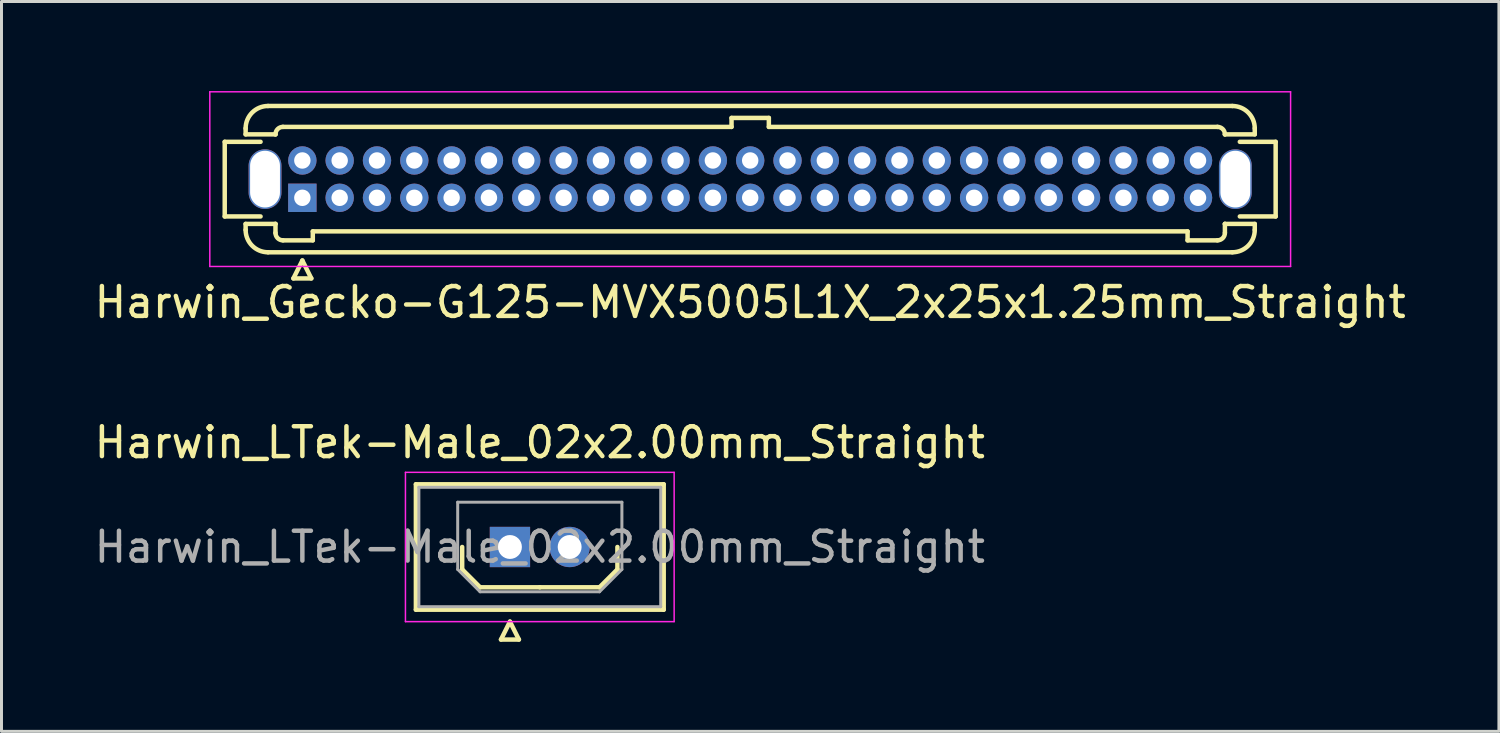
<source format=kicad_pcb>
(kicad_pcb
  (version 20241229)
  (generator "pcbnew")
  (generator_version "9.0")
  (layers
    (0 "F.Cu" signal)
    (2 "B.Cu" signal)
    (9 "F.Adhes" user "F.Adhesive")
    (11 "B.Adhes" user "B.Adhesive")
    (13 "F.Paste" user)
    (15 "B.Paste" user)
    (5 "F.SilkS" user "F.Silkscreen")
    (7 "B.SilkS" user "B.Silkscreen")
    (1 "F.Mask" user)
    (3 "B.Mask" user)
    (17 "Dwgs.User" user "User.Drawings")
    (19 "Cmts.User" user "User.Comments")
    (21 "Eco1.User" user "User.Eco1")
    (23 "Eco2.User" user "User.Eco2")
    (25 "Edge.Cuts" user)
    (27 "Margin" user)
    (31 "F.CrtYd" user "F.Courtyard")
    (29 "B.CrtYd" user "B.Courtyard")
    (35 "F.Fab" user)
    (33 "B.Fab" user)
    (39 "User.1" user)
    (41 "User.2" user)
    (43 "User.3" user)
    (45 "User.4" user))
  (footprint "Harwin_LTek-Male_02x2.00mm_Straight"
    (layer "F.Cu")
    (at 14.03 15.271)
    (property "Reference" "Harwin_LTek-Male_02x2.00mm_Straight" (at 1 -3.5 0) (layer "F.SilkS") (effects (font (size 1 1) (thickness 0.15))))
    (attr through_hole)
    (fp_line (start -3.15 -2.1) (end -3.15 2.1) (stroke (width 0.15) (type solid)) (layer "F.SilkS"))
    (fp_line (start -3.15 2.1) (end 5.15 2.1) (stroke (width 0.15) (type solid)) (layer "F.SilkS"))
    (fp_line (start -1.6 0) (end -1.6 0.75) (stroke (width 0.15) (type solid)) (layer "F.SilkS"))
    (fp_line (start -1.6 0.75) (end -1 1.35) (stroke (width 0.15) (type solid)) (layer "F.SilkS"))
    (fp_line (start -1 1.35) (end 1 1.35) (stroke (width 0.15) (type solid)) (layer "F.SilkS"))
    (fp_line (start -0.3 3.1) (end 0.3 3.1) (stroke (width 0.15) (type solid)) (layer "F.SilkS"))
    (fp_line (start 0 2.5) (end -0.3 3.1) (stroke (width 0.15) (type solid)) (layer "F.SilkS"))
    (fp_line (start 0.3 3.1) (end 0 2.5) (stroke (width 0.15) (type solid)) (layer "F.SilkS"))
    (fp_line (start 3 1.35) (end 1 1.35) (stroke (width 0.15) (type solid)) (layer "F.SilkS"))
    (fp_line (start 3.6 0) (end 3.6 0.75) (stroke (width 0.15) (type solid)) (layer "F.SilkS"))
    (fp_line (start 3.6 0.75) (end 3 1.35) (stroke (width 0.15) (type solid)) (layer "F.SilkS"))
    (fp_line (start 5.15 -2.1) (end -3.15 -2.1) (stroke (width 0.15) (type solid)) (layer "F.SilkS"))
    (fp_line (start 5.15 2.1) (end 5.15 -2.1) (stroke (width 0.15) (type solid)) (layer "F.SilkS"))
    (fp_line (start -3.5 -2.5) (end -3.5 2.5) (stroke (width 0.05) (type solid)) (layer "F.CrtYd"))
    (fp_line (start -3.5 2.5) (end 5.5 2.5) (stroke (width 0.05) (type solid)) (layer "F.CrtYd"))
    (fp_line (start 5.5 -2.5) (end -3.5 -2.5) (stroke (width 0.05) (type solid)) (layer "F.CrtYd"))
    (fp_line (start 5.5 2.5) (end 5.5 -2.5) (stroke (width 0.05) (type solid)) (layer "F.CrtYd"))
    (fp_line (start -3.05 -2) (end -3.05 2) (stroke (width 0.1) (type solid)) (layer "F.Fab"))
    (fp_line (start -3.05 2) (end 5.05 2) (stroke (width 0.1) (type solid)) (layer "F.Fab"))
    (fp_line (start -1.75 -1.5) (end 3.75 -1.5) (stroke (width 0.1) (type solid)) (layer "F.Fab"))
    (fp_line (start -1.75 0.75) (end -1.75 -1.5) (stroke (width 0.1) (type solid)) (layer "F.Fab"))
    (fp_line (start -1 1.5) (end -1.75 0.75) (stroke (width 0.1) (type solid)) (layer "F.Fab"))
    (fp_line (start 3 1.5) (end -1 1.5) (stroke (width 0.1) (type solid)) (layer "F.Fab"))
    (fp_line (start 3.75 -1.5) (end 3.75 0.75) (stroke (width 0.1) (type solid)) (layer "F.Fab"))
    (fp_line (start 3.75 0.75) (end 3 1.5) (stroke (width 0.1) (type solid)) (layer "F.Fab"))
    (fp_line (start 5.05 -2) (end -3.05 -2) (stroke (width 0.1) (type solid)) (layer "F.Fab"))
    (fp_line (start 5.05 2) (end 5.05 -2) (stroke (width 0.1) (type solid)) (layer "F.Fab"))
    (fp_text user "${REFERENCE}" (at 1 0 0) (layer "F.Fab") (effects (font (size 1 1) (thickness 0.15))))
    (pad "1" thru_hole rect (at 0 0) (size 1.35 1.35) (drill 0.8) (layers "*.Cu" "*.Mask"))
    (pad "2" thru_hole circle (at 2 0) (size 1.35 1.35) (drill 0.8) (layers "*.Cu" "*.Mask")))
  (footprint "Harwin_Gecko-G125-MVX5005L1X_2x25x1.25mm_Straight"
    (layer "F.Cu")
    (at 7.077 3.575)
    (property "Reference" "Harwin_Gecko-G125-MVX5005L1X_2x25x1.25mm_Straight" (at 15 3.5 0) (layer "F.SilkS") (effects (font (size 1 1) (thickness 0.15))))
    (attr through_hole)
    (fp_line (start -2.6 -1.875) (end -2.6 0.625) (stroke (width 0.15) (type solid)) (layer "F.SilkS"))
    (fp_line (start -2.6 0.625) (end -1.4 0.625) (stroke (width 0.15) (type solid)) (layer "F.SilkS"))
    (fp_line (start -1.9 -2.325) (end -1.9 -2.125) (stroke (width 0.15) (type solid)) (layer "F.SilkS"))
    (fp_line (start -1.9 -2.125) (end -0.9 -2.125) (stroke (width 0.15) (type solid)) (layer "F.SilkS"))
    (fp_line (start -1.9 0.875) (end -0.9 0.875) (stroke (width 0.15) (type solid)) (layer "F.SilkS"))
    (fp_line (start -1.9 1.075) (end -1.9 0.875) (stroke (width 0.15) (type solid)) (layer "F.SilkS"))
    (fp_line (start -1.4 -1.875) (end -2.6 -1.875) (stroke (width 0.15) (type solid)) (layer "F.SilkS"))
    (fp_line (start -1.15 -3.075) (end 31.15 -3.075) (stroke (width 0.15) (type solid)) (layer "F.SilkS"))
    (fp_line (start -1.15 1.825) (end 31.15 1.825) (stroke (width 0.15) (type solid)) (layer "F.SilkS"))
    (fp_line (start -0.9 -2.125) (end -0.9 -2.125) (stroke (width 0.15) (type solid)) (layer "F.SilkS"))
    (fp_line (start -0.9 0.875) (end -0.9 0.875) (stroke (width 0.15) (type solid)) (layer "F.SilkS"))
    (fp_line (start -0.9 1.175) (end -0.9 0.875) (stroke (width 0.15) (type solid)) (layer "F.SilkS"))
    (fp_line (start -0.65 -2.375) (end 14.375 -2.375) (stroke (width 0.15) (type solid)) (layer "F.SilkS"))
    (fp_line (start -0.65 1.425) (end 0.35 1.425) (stroke (width 0.15) (type solid)) (layer "F.SilkS"))
    (fp_line (start -0.3 2.7) (end 0.3 2.7) (stroke (width 0.15) (type solid)) (layer "F.SilkS"))
    (fp_line (start 0 2.1) (end -0.3 2.7) (stroke (width 0.15) (type solid)) (layer "F.SilkS"))
    (fp_line (start 0.3 2.7) (end 0 2.1) (stroke (width 0.15) (type solid)) (layer "F.SilkS"))
    (fp_line (start 0.35 1.125) (end 29.65 1.125) (stroke (width 0.15) (type solid)) (layer "F.SilkS"))
    (fp_line (start 0.35 1.425) (end 0.35 1.125) (stroke (width 0.15) (type solid)) (layer "F.SilkS"))
    (fp_line (start 14.375 -2.675) (end 15.625 -2.675) (stroke (width 0.15) (type solid)) (layer "F.SilkS"))
    (fp_line (start 14.375 -2.375) (end 14.375 -2.675) (stroke (width 0.15) (type solid)) (layer "F.SilkS"))
    (fp_line (start 15.625 -2.675) (end 15.625 -2.375) (stroke (width 0.15) (type solid)) (layer "F.SilkS"))
    (fp_line (start 15.625 -2.375) (end 30.65 -2.375) (stroke (width 0.15) (type solid)) (layer "F.SilkS"))
    (fp_line (start 29.65 1.125) (end 29.65 1.425) (stroke (width 0.15) (type solid)) (layer "F.SilkS"))
    (fp_line (start 29.65 1.425) (end 30.65 1.425) (stroke (width 0.15) (type solid)) (layer "F.SilkS"))
    (fp_line (start 30.9 -2.125) (end 30.9 -2.125) (stroke (width 0.15) (type solid)) (layer "F.SilkS"))
    (fp_line (start 30.9 0.875) (end 30.9 0.875) (stroke (width 0.15) (type solid)) (layer "F.SilkS"))
    (fp_line (start 30.9 1.175) (end 30.9 0.875) (stroke (width 0.15) (type solid)) (layer "F.SilkS"))
    (fp_line (start 31.4 -1.875) (end 32.6 -1.875) (stroke (width 0.15) (type solid)) (layer "F.SilkS"))
    (fp_line (start 31.9 -2.325) (end 31.9 -2.125) (stroke (width 0.15) (type solid)) (layer "F.SilkS"))
    (fp_line (start 31.9 -2.125) (end 30.9 -2.125) (stroke (width 0.15) (type solid)) (layer "F.SilkS"))
    (fp_line (start 31.9 0.875) (end 30.9 0.875) (stroke (width 0.15) (type solid)) (layer "F.SilkS"))
    (fp_line (start 31.9 1.075) (end 31.9 0.875) (stroke (width 0.15) (type solid)) (layer "F.SilkS"))
    (fp_line (start 32.6 -1.875) (end 32.6 0.625) (stroke (width 0.15) (type solid)) (layer "F.SilkS"))
    (fp_line (start 32.6 0.625) (end 31.4 0.625) (stroke (width 0.15) (type solid)) (layer "F.SilkS"))
    (fp_arc (start -1.9 -2.325) (mid -1.68033 -2.85533) (end -1.15 -3.075) (stroke (width 0.15) (type solid)) (layer "F.SilkS"))
    (fp_arc (start -1.15 1.825) (mid -1.68033 1.60533) (end -1.9 1.075) (stroke (width 0.15) (type solid)) (layer "F.SilkS"))
    (fp_arc (start -0.9 -2.125) (mid -0.826777 -2.301777) (end -0.65 -2.375) (stroke (width 0.15) (type solid)) (layer "F.SilkS"))
    (fp_arc (start -0.65 1.425) (mid -0.826777 1.351777) (end -0.9 1.175) (stroke (width 0.15) (type solid)) (layer "F.SilkS"))
    (fp_arc (start 30.65 -2.375) (mid 30.826777 -2.301777) (end 30.9 -2.125) (stroke (width 0.15) (type solid)) (layer "F.SilkS"))
    (fp_arc (start 30.9 1.175) (mid 30.826777 1.351777) (end 30.65 1.425) (stroke (width 0.15) (type solid)) (layer "F.SilkS"))
    (fp_arc (start 31.15 -3.075) (mid 31.68033 -2.85533) (end 31.9 -2.325) (stroke (width 0.15) (type solid)) (layer "F.SilkS"))
    (fp_arc (start 31.9 1.075) (mid 31.68033 1.60533) (end 31.15 1.825) (stroke (width 0.15) (type solid)) (layer "F.SilkS"))
    (fp_line (start -3.1 -3.55) (end -3.1 2.3) (stroke (width 0.05) (type solid)) (layer "F.CrtYd"))
    (fp_line (start -3.1 2.3) (end 33.1 2.3) (stroke (width 0.05) (type solid)) (layer "F.CrtYd"))
    (fp_line (start 33.1 -3.55) (end -3.1 -3.55) (stroke (width 0.05) (type solid)) (layer "F.CrtYd"))
    (fp_line (start 33.1 2.3) (end 33.1 -3.55) (stroke (width 0.05) (type solid)) (layer "F.CrtYd"))
    (pad "" np_thru_hole oval (at -1.25 -0.625) (size 1.1 2) (drill oval 1 1.9) (layers "*.Cu" "*.Mask"))
    (pad "" np_thru_hole oval (at 31.25 -0.625) (size 1.1 2) (drill oval 1 1.9) (layers "*.Cu" "*.Mask"))
    (pad "1" thru_hole rect (at 0 0) (size 0.95 0.95) (drill 0.55) (layers "*.Cu" "*.Mask"))
    (pad "2" thru_hole circle (at 1.25 0) (size 0.95 0.95) (drill 0.55) (layers "*.Cu" "*.Mask"))
    (pad "3" thru_hole circle (at 2.5 0) (size 0.95 0.95) (drill 0.55) (layers "*.Cu" "*.Mask"))
    (pad "4" thru_hole circle (at 3.75 0) (size 0.95 0.95) (drill 0.55) (layers "*.Cu" "*.Mask"))
    (pad "5" thru_hole circle (at 5 0) (size 0.95 0.95) (drill 0.55) (layers "*.Cu" "*.Mask"))
    (pad "6" thru_hole circle (at 6.25 0) (size 0.95 0.95) (drill 0.55) (layers "*.Cu" "*.Mask"))
    (pad "7" thru_hole circle (at 7.5 0) (size 0.95 0.95) (drill 0.55) (layers "*.Cu" "*.Mask"))
    (pad "8" thru_hole circle (at 8.75 0) (size 0.95 0.95) (drill 0.55) (layers "*.Cu" "*.Mask"))
    (pad "9" thru_hole circle (at 10 0) (size 0.95 0.95) (drill 0.55) (layers "*.Cu" "*.Mask"))
    (pad "10" thru_hole circle (at 11.25 0) (size 0.95 0.95) (drill 0.55) (layers "*.Cu" "*.Mask"))
    (pad "11" thru_hole circle (at 12.5 0) (size 0.95 0.95) (drill 0.55) (layers "*.Cu" "*.Mask"))
    (pad "12" thru_hole circle (at 13.75 0) (size 0.95 0.95) (drill 0.55) (layers "*.Cu" "*.Mask"))
    (pad "13" thru_hole circle (at 15 0) (size 0.95 0.95) (drill 0.55) (layers "*.Cu" "*.Mask"))
    (pad "14" thru_hole circle (at 16.25 0) (size 0.95 0.95) (drill 0.55) (layers "*.Cu" "*.Mask"))
    (pad "15" thru_hole circle (at 17.5 0) (size 0.95 0.95) (drill 0.55) (layers "*.Cu" "*.Mask"))
    (pad "16" thru_hole circle (at 18.75 0) (size 0.95 0.95) (drill 0.55) (layers "*.Cu" "*.Mask"))
    (pad "17" thru_hole circle (at 20 0) (size 0.95 0.95) (drill 0.55) (layers "*.Cu" "*.Mask"))
    (pad "18" thru_hole circle (at 21.25 0) (size 0.95 0.95) (drill 0.55) (layers "*.Cu" "*.Mask"))
    (pad "19" thru_hole circle (at 22.5 0) (size 0.95 0.95) (drill 0.55) (layers "*.Cu" "*.Mask"))
    (pad "20" thru_hole circle (at 23.75 0) (size 0.95 0.95) (drill 0.55) (layers "*.Cu" "*.Mask"))
    (pad "21" thru_hole circle (at 25 0) (size 0.95 0.95) (drill 0.55) (layers "*.Cu" "*.Mask"))
    (pad "22" thru_hole circle (at 26.25 0) (size 0.95 0.95) (drill 0.55) (layers "*.Cu" "*.Mask"))
    (pad "23" thru_hole circle (at 27.5 0) (size 0.95 0.95) (drill 0.55) (layers "*.Cu" "*.Mask"))
    (pad "24" thru_hole circle (at 28.75 0) (size 0.95 0.95) (drill 0.55) (layers "*.Cu" "*.Mask"))
    (pad "25" thru_hole circle (at 30 0) (size 0.95 0.95) (drill 0.55) (layers "*.Cu" "*.Mask"))
    (pad "26" thru_hole circle (at 0 -1.25) (size 0.95 0.95) (drill 0.55) (layers "*.Cu" "*.Mask"))
    (pad "27" thru_hole circle (at 1.25 -1.25) (size 0.95 0.95) (drill 0.55) (layers "*.Cu" "*.Mask"))
    (pad "28" thru_hole circle (at 2.5 -1.25) (size 0.95 0.95) (drill 0.55) (layers "*.Cu" "*.Mask"))
    (pad "29" thru_hole circle (at 3.75 -1.25) (size 0.95 0.95) (drill 0.55) (layers "*.Cu" "*.Mask"))
    (pad "30" thru_hole circle (at 5 -1.25) (size 0.95 0.95) (drill 0.55) (layers "*.Cu" "*.Mask"))
    (pad "31" thru_hole circle (at 6.25 -1.25) (size 0.95 0.95) (drill 0.55) (layers "*.Cu" "*.Mask"))
    (pad "32" thru_hole circle (at 7.5 -1.25) (size 0.95 0.95) (drill 0.55) (layers "*.Cu" "*.Mask"))
    (pad "33" thru_hole circle (at 8.75 -1.25) (size 0.95 0.95) (drill 0.55) (layers "*.Cu" "*.Mask"))
    (pad "34" thru_hole circle (at 10 -1.25) (size 0.95 0.95) (drill 0.55) (layers "*.Cu" "*.Mask"))
    (pad "35" thru_hole circle (at 11.25 -1.25) (size 0.95 0.95) (drill 0.55) (layers "*.Cu" "*.Mask"))
    (pad "36" thru_hole circle (at 12.5 -1.25) (size 0.95 0.95) (drill 0.55) (layers "*.Cu" "*.Mask"))
    (pad "37" thru_hole circle (at 13.75 -1.25) (size 0.95 0.95) (drill 0.55) (layers "*.Cu" "*.Mask"))
    (pad "38" thru_hole circle (at 15 -1.25) (size 0.95 0.95) (drill 0.55) (layers "*.Cu" "*.Mask"))
    (pad "39" thru_hole circle (at 16.25 -1.25) (size 0.95 0.95) (drill 0.55) (layers "*.Cu" "*.Mask"))
    (pad "40" thru_hole circle (at 17.5 -1.25) (size 0.95 0.95) (drill 0.55) (layers "*.Cu" "*.Mask"))
    (pad "41" thru_hole circle (at 18.75 -1.25) (size 0.95 0.95) (drill 0.55) (layers "*.Cu" "*.Mask"))
    (pad "42" thru_hole circle (at 20 -1.25) (size 0.95 0.95) (drill 0.55) (layers "*.Cu" "*.Mask"))
    (pad "43" thru_hole circle (at 21.25 -1.25) (size 0.95 0.95) (drill 0.55) (layers "*.Cu" "*.Mask"))
    (pad "44" thru_hole circle (at 22.5 -1.25) (size 0.95 0.95) (drill 0.55) (layers "*.Cu" "*.Mask"))
    (pad "45" thru_hole circle (at 23.75 -1.25) (size 0.95 0.95) (drill 0.55) (layers "*.Cu" "*.Mask"))
    (pad "46" thru_hole circle (at 25 -1.25) (size 0.95 0.95) (drill 0.55) (layers "*.Cu" "*.Mask"))
    (pad "47" thru_hole circle (at 26.25 -1.25) (size 0.95 0.95) (drill 0.55) (layers "*.Cu" "*.Mask"))
    (pad "48" thru_hole circle (at 27.5 -1.25) (size 0.95 0.95) (drill 0.55) (layers "*.Cu" "*.Mask"))
    (pad "49" thru_hole circle (at 28.75 -1.25) (size 0.95 0.95) (drill 0.55) (layers "*.Cu" "*.Mask"))
    (pad "50" thru_hole circle (at 30 -1.25) (size 0.95 0.95) (drill 0.55) (layers "*.Cu" "*.Mask")))
  (gr_rect
    (start -3 -3)
    (end 47.155 21.447)
    (stroke (width 0.1) (type default))
    (fill no)
    (layer "Edge.Cuts")))
</source>
